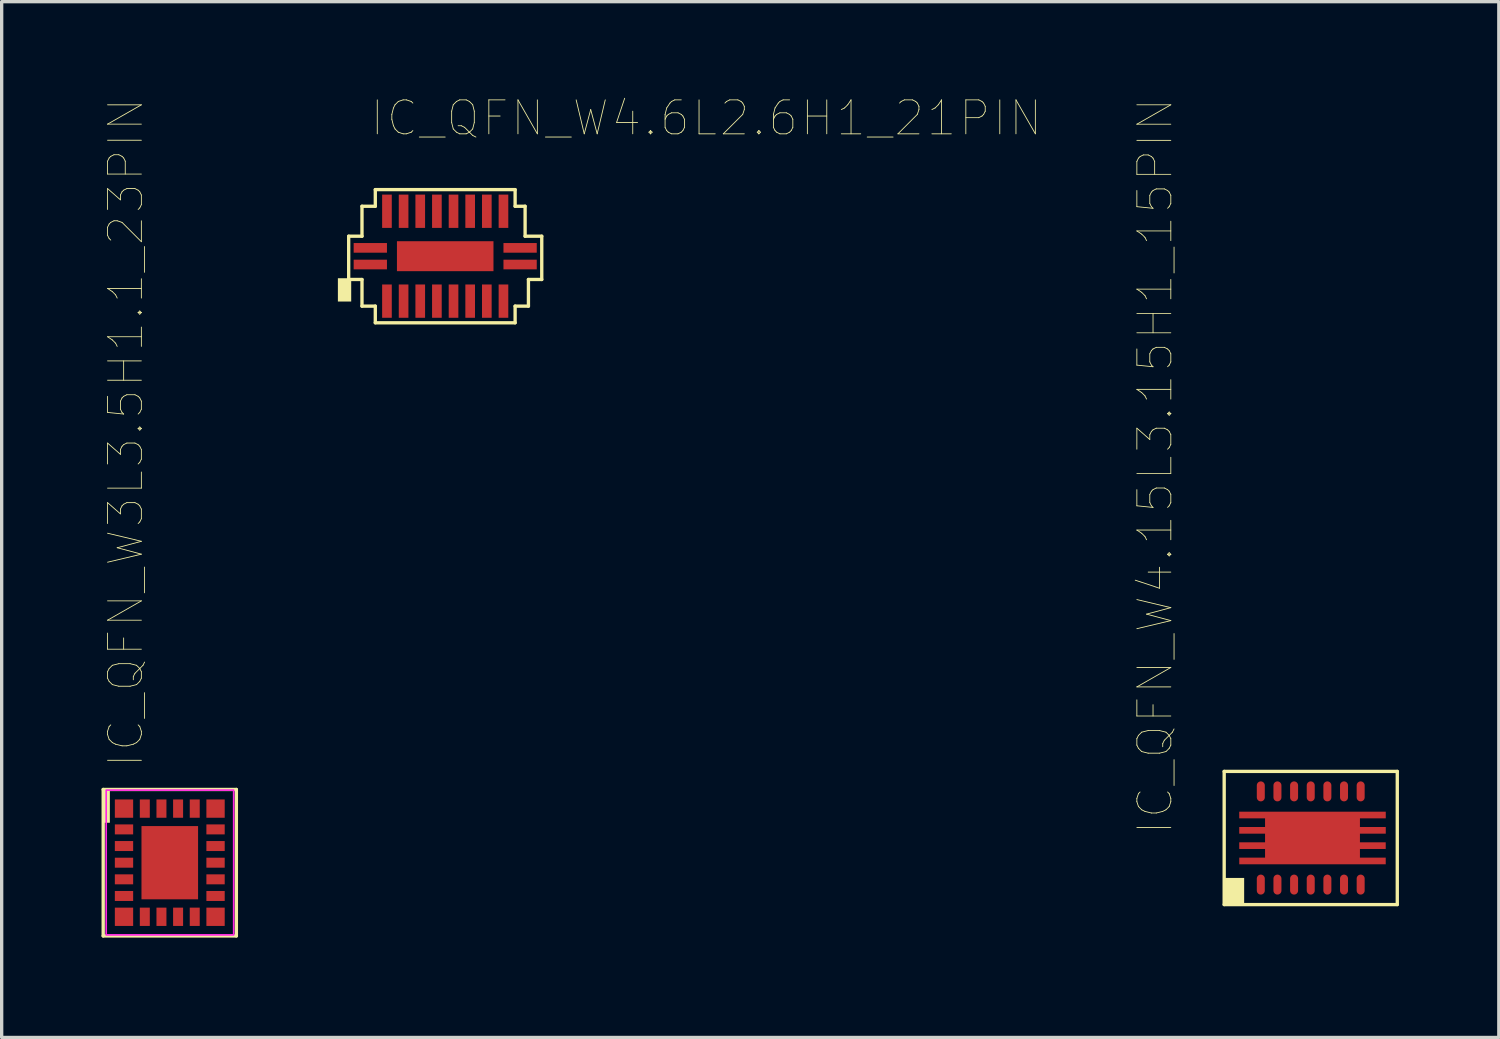
<source format=kicad_pcb>
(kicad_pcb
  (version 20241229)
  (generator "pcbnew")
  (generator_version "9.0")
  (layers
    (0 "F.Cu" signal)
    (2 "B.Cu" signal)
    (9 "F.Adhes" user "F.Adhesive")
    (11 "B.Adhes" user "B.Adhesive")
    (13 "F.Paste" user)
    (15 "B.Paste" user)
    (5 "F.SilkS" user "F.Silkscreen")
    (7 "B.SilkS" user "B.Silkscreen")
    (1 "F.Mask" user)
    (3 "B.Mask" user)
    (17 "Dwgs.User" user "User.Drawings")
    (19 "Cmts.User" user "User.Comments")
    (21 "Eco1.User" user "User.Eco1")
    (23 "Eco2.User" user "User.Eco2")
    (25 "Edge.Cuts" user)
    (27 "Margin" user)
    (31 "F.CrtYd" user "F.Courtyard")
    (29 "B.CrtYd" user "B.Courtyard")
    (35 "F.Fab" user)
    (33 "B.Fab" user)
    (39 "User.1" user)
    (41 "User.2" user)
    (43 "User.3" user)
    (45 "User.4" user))
  (footprint "IC_QFN_W4.6L2.6H1_21PIN"
    (layer "F.Cu")
    (at 10.324 4.646)
    (property "Reference" "IC_QFN_W4.6L2.6H1_21PIN" (at -2.3 -3.55 0) (unlocked yes) (layer "F.SilkS") (effects (font (size 1.02 1.02) (thickness 0.025)) (justify left bottom)))
    (fp_line (start -2.9 0.7) (end -2.9 -0.6) (stroke (width 0.1) (type solid)) (layer "F.SilkS"))
    (fp_line (start -2.5 -0.6) (end -2.9 -0.6) (stroke (width 0.1) (type solid)) (layer "F.SilkS"))
    (fp_line (start -2.5 -0.6) (end -2.5 -1.5) (stroke (width 0.1) (type solid)) (layer "F.SilkS"))
    (fp_line (start -2.5 0.7) (end -2.9 0.7) (stroke (width 0.1) (type solid)) (layer "F.SilkS"))
    (fp_line (start -2.5 1.5) (end -2.5 0.7) (stroke (width 0.1) (type solid)) (layer "F.SilkS"))
    (fp_line (start -2.1 -1.5) (end -2.5 -1.5) (stroke (width 0.1) (type solid)) (layer "F.SilkS"))
    (fp_line (start -2.1 -1.5) (end -2.1 -2) (stroke (width 0.1) (type solid)) (layer "F.SilkS"))
    (fp_line (start -2.1 1.5) (end -2.5 1.5) (stroke (width 0.1) (type solid)) (layer "F.SilkS"))
    (fp_line (start -2.1 2) (end -2.1 1.5) (stroke (width 0.1) (type solid)) (layer "F.SilkS"))
    (fp_line (start 2.1 -2) (end -2.1 -2) (stroke (width 0.1) (type solid)) (layer "F.SilkS"))
    (fp_line (start 2.1 -1.5) (end 2.1 -2) (stroke (width 0.1) (type solid)) (layer "F.SilkS"))
    (fp_line (start 2.1 2) (end -2.1 2) (stroke (width 0.1) (type solid)) (layer "F.SilkS"))
    (fp_line (start 2.1 2) (end 2.1 1.5) (stroke (width 0.1) (type solid)) (layer "F.SilkS"))
    (fp_line (start 2.4 -1.5) (end 2.1 -1.5) (stroke (width 0.1) (type solid)) (layer "F.SilkS"))
    (fp_line (start 2.4 -0.6) (end 2.4 -1.5) (stroke (width 0.1) (type solid)) (layer "F.SilkS"))
    (fp_line (start 2.5 1.5) (end 2.1 1.5) (stroke (width 0.1) (type solid)) (layer "F.SilkS"))
    (fp_line (start 2.5 1.5) (end 2.5 0.7) (stroke (width 0.1) (type solid)) (layer "F.SilkS"))
    (fp_line (start 2.9 -0.6) (end 2.4 -0.6) (stroke (width 0.1) (type solid)) (layer "F.SilkS"))
    (fp_line (start 2.9 0.7) (end 2.5 0.7) (stroke (width 0.1) (type solid)) (layer "F.SilkS"))
    (fp_line (start 2.9 0.7) (end 2.9 -0.6) (stroke (width 0.1) (type solid)) (layer "F.SilkS"))
    (fp_rect (start -3.224 0.662) (end -2.824 1.362) (stroke (width 0) (type default)) (fill yes) (layer "F.SilkS"))
    (pad "1" smd rect (at -2.25 0.25 180) (size 1 0.29) (layers "F.Cu" "F.Mask" "F.Paste"))
    (pad "2" smd rect (at -1.75 1.35 90) (size 1 0.29) (layers "F.Cu" "F.Mask" "F.Paste"))
    (pad "3" smd rect (at -1.25 1.35 90) (size 1 0.29) (layers "F.Cu" "F.Mask" "F.Paste"))
    (pad "4" smd rect (at -0.75 1.35 90) (size 1 0.29) (layers "F.Cu" "F.Mask" "F.Paste"))
    (pad "5" smd rect (at -0.25 1.35 90) (size 1 0.29) (layers "F.Cu" "F.Mask" "F.Paste"))
    (pad "6" smd rect (at 0.25 1.35 90) (size 1 0.29) (layers "F.Cu" "F.Mask" "F.Paste"))
    (pad "7" smd rect (at 0.75 1.35 90) (size 1 0.29) (layers "F.Cu" "F.Mask" "F.Paste"))
    (pad "8" smd rect (at 1.25 1.35 90) (size 1 0.29) (layers "F.Cu" "F.Mask" "F.Paste"))
    (pad "9" smd rect (at 1.75 1.35 90) (size 1 0.29) (layers "F.Cu" "F.Mask" "F.Paste"))
    (pad "10" smd rect (at 2.25 0.25 180) (size 1 0.29) (layers "F.Cu" "F.Mask" "F.Paste"))
    (pad "11" smd rect (at 2.25 -0.25 180) (size 1 0.29) (layers "F.Cu" "F.Mask" "F.Paste"))
    (pad "12" smd rect (at 1.75 -1.35 90) (size 1 0.29) (layers "F.Cu" "F.Mask" "F.Paste"))
    (pad "13" smd rect (at 1.25 -1.35 90) (size 1 0.29) (layers "F.Cu" "F.Mask" "F.Paste"))
    (pad "14" smd rect (at 0.75 -1.35 90) (size 1 0.29) (layers "F.Cu" "F.Mask" "F.Paste"))
    (pad "15" smd rect (at 0.25 -1.35 90) (size 1 0.29) (layers "F.Cu" "F.Mask" "F.Paste"))
    (pad "16" smd rect (at -0.25 -1.35 90) (size 1 0.29) (layers "F.Cu" "F.Mask" "F.Paste"))
    (pad "17" smd rect (at -0.75 -1.35 90) (size 1 0.29) (layers "F.Cu" "F.Mask" "F.Paste"))
    (pad "18" smd rect (at -1.25 -1.35 90) (size 1 0.29) (layers "F.Cu" "F.Mask" "F.Paste"))
    (pad "19" smd rect (at -1.75 -1.35 90) (size 1 0.29) (layers "F.Cu" "F.Mask" "F.Paste"))
    (pad "20" smd rect (at -2.25 -0.25 180) (size 1 0.29) (layers "F.Cu" "F.Mask" "F.Paste"))
    (pad "21" smd rect (at 0 0) (size 2.9 0.9) (layers "F.Cu" "F.Mask" "F.Paste")))
  (footprint "IC_QFN_W4.15L3.15H1_15PIN"
    (layer "F.Cu")
    (at 36.324 22.123)
    (property "Reference" "IC_QFN_W4.15L3.15H1_15PIN" (at -4.077 -0.054 90) (unlocked yes) (layer "F.SilkS") (effects (font (size 1.02 1.02) (thickness 0.025)) (justify left bottom)))
    (fp_line (start -2.6 -2) (end -2.6 2) (stroke (width 0.1) (type solid)) (layer "F.SilkS"))
    (fp_line (start -2.6 -2) (end 2.6 -2) (stroke (width 0.1) (type solid)) (layer "F.SilkS"))
    (fp_line (start -2.6 2) (end 2.6 2) (stroke (width 0.1) (type solid)) (layer "F.SilkS"))
    (fp_line (start 2.6 -2) (end 2.6 2) (stroke (width 0.1) (type solid)) (layer "F.SilkS"))
    (fp_poly (pts (xy -2 2) (xy -2.6 2) (xy -2.6 1.2) (xy -2 1.2)) (stroke (width 0) (type default)) (fill yes) (layer "F.SilkS"))
    (pad "1" smd oval (at -1.5 1.4 270) (size 0.6 0.24) (layers "F.Cu" "F.Mask" "F.Paste"))
    (pad "2" smd oval (at -1 1.4 90) (size 0.6 0.24) (layers "F.Cu" "F.Mask" "F.Paste"))
    (pad "3" smd oval (at -0.5 1.4 270) (size 0.6 0.24) (layers "F.Cu" "F.Mask" "F.Paste"))
    (pad "4" smd oval (at 0 1.4 270) (size 0.6 0.24) (layers "F.Cu" "F.Mask" "F.Paste"))
    (pad "5" smd oval (at 0.5 1.4 270) (size 0.6 0.24) (layers "F.Cu" "F.Mask" "F.Paste"))
    (pad "6" smd oval (at 1 1.4 270) (size 0.6 0.24) (layers "F.Cu" "F.Mask" "F.Paste"))
    (pad "7" smd oval (at 1.5 1.4 90) (size 0.6 0.24) (layers "F.Cu" "F.Mask" "F.Paste"))
    (pad "8" smd oval (at 1.5 -1.4 90) (size 0.6 0.24) (layers "F.Cu" "F.Mask" "F.Paste"))
    (pad "9" smd oval (at 1 -1.4 270) (size 0.6 0.24) (layers "F.Cu" "F.Mask" "F.Paste"))
    (pad "10" smd oval (at 0.5 -1.4 270) (size 0.6 0.24) (layers "F.Cu" "F.Mask" "F.Paste"))
    (pad "11" smd oval (at 0 -1.4 270) (size 0.6 0.24) (layers "F.Cu" "F.Mask" "F.Paste"))
    (pad "12" smd oval (at -0.5 -1.4 270) (size 0.6 0.24) (layers "F.Cu" "F.Mask" "F.Paste"))
    (pad "13" smd oval (at -1 -1.4 90) (size 0.6 0.24) (layers "F.Cu" "F.Mask" "F.Paste"))
    (pad "14" smd oval (at -1.5 -1.4 270) (size 0.6 0.24) (layers "F.Cu" "F.Mask" "F.Paste"))
    (pad "15" smd custom (at -2.148 0.13) (size 0.000001 0.000001) (layers "F.Cu" "F.Mask" "F.Paste") (options (anchor circle)) (primitives (gr_poly (pts (xy 0 0) (xy 0.776 0) (xy 0.776 -0.26) (xy 0 -0.26) (xy 0 -0.46) (xy 0.776 -0.46) (xy 0.776 -0.72) (xy 0 -0.72) (xy 0 -0.92) (xy 4.402 -0.92) (xy 4.402 -0.72) (xy 3.626 -0.72) (xy 3.626 -0.46) (xy 4.402 -0.46) (xy 4.402 -0.26) (xy 3.626 -0.26) (xy 3.626 0) (xy 4.401 0) (xy 4.401 0.2) (xy 3.626 0.2) (xy 3.626 0.46) (xy 4.401 0.46) (xy 4.401 0.66) (xy 0.001 0.66) (xy 0.001 0.46) (xy 0.776 0.46) (xy 0.776 0.2) (xy 0 0.2)) (width 0) (fill yes)))))
  (footprint "IC_QFN_W3L3.5H1.1_23PIN"
    (layer "F.Cu")
    (at 2.05 22.865)
    (property "Reference" "IC_QFN_W3L3.5H1.1_23PIN" (at -0.728 -2.817 90) (unlocked yes) (layer "F.SilkS") (effects (font (size 1.016 1.016) (thickness 0.025)) (justify left bottom)))
    (fp_line (start -2 2.2) (end -2 -2.2) (stroke (width 0.1) (type solid)) (layer "F.SilkS"))
    (fp_line (start 2 -2.2) (end -2 -2.2) (stroke (width 0.1) (type solid)) (layer "F.SilkS"))
    (fp_line (start 2 2.2) (end -2 2.2) (stroke (width 0.1) (type solid)) (layer "F.SilkS"))
    (fp_line (start 2 2.2) (end 2 -2.2) (stroke (width 0.1) (type solid)) (layer "F.SilkS"))
    (fp_poly (pts (xy -1.8 -1.2) (xy -1.8 -2.2) (xy -2 -2.2) (xy -2 -1.2)) (stroke (width 0) (type default)) (fill yes) (layer "F.SilkS"))
    (fp_rect (start -1.91 -2.18) (end 1.92 2.17) (stroke (width 0.05) (type default)) (fill no) (layer "F.CrtYd"))
    (pad "1" smd rect (at -1.375 -1.625) (size 0.55 0.55) (layers "F.Cu" "F.Mask" "F.Paste"))
    (pad "2" smd rect (at -1.375 -1 180) (size 0.55 0.3) (layers "F.Cu" "F.Mask" "F.Paste"))
    (pad "3" smd rect (at -1.375 -0.5 180) (size 0.55 0.3) (layers "F.Cu" "F.Mask" "F.Paste"))
    (pad "4" smd rect (at -1.375 0 180) (size 0.55 0.3) (layers "F.Cu" "F.Mask" "F.Paste"))
    (pad "5" smd rect (at -1.375 0.5 180) (size 0.55 0.3) (layers "F.Cu" "F.Mask" "F.Paste"))
    (pad "6" smd rect (at -1.375 1 180) (size 0.55 0.3) (layers "F.Cu" "F.Mask" "F.Paste"))
    (pad "7" smd rect (at -1.375 1.625) (size 0.55 0.55) (layers "F.Cu" "F.Mask" "F.Paste"))
    (pad "8" smd rect (at -0.75 1.625 270) (size 0.55 0.3) (layers "F.Cu" "F.Mask" "F.Paste"))
    (pad "9" smd rect (at -0.25 1.625 270) (size 0.55 0.3) (layers "F.Cu" "F.Mask" "F.Paste"))
    (pad "10" smd rect (at 0.25 1.625 270) (size 0.55 0.3) (layers "F.Cu" "F.Mask" "F.Paste"))
    (pad "11" smd rect (at 0.75 1.625 270) (size 0.55 0.3) (layers "F.Cu" "F.Mask" "F.Paste"))
    (pad "12" smd rect (at 1.375 1.625) (size 0.55 0.55) (layers "F.Cu" "F.Mask" "F.Paste"))
    (pad "13" smd rect (at 1.375 1 180) (size 0.55 0.3) (layers "F.Cu" "F.Mask" "F.Paste"))
    (pad "14" smd rect (at 1.375 0.5 180) (size 0.55 0.3) (layers "F.Cu" "F.Mask" "F.Paste"))
    (pad "15" smd rect (at 1.375 0 180) (size 0.55 0.3) (layers "F.Cu" "F.Mask" "F.Paste"))
    (pad "16" smd rect (at 1.375 -0.5 180) (size 0.55 0.3) (layers "F.Cu" "F.Mask" "F.Paste"))
    (pad "17" smd rect (at 1.375 -1 180) (size 0.55 0.3) (layers "F.Cu" "F.Mask" "F.Paste"))
    (pad "18" smd rect (at 1.375 -1.625) (size 0.55 0.55) (layers "F.Cu" "F.Mask" "F.Paste"))
    (pad "19" smd rect (at 0.75 -1.625 270) (size 0.55 0.3) (layers "F.Cu" "F.Mask" "F.Paste"))
    (pad "20" smd rect (at 0.25 -1.625 270) (size 0.55 0.3) (layers "F.Cu" "F.Mask" "F.Paste"))
    (pad "21" smd rect (at -0.25 -1.625 270) (size 0.55 0.3) (layers "F.Cu" "F.Mask" "F.Paste"))
    (pad "22" smd rect (at -0.75 -1.625 270) (size 0.55 0.3) (layers "F.Cu" "F.Mask" "F.Paste"))
    (pad "23" smd rect (at 0 0) (size 1.7 2.2) (layers "F.Cu" "F.Mask" "F.Paste")))
  (gr_rect
    (start -3 -3)
    (end 41.974 28.115)
    (stroke (width 0.1) (type default))
    (fill no)
    (layer "Edge.Cuts")))
</source>
